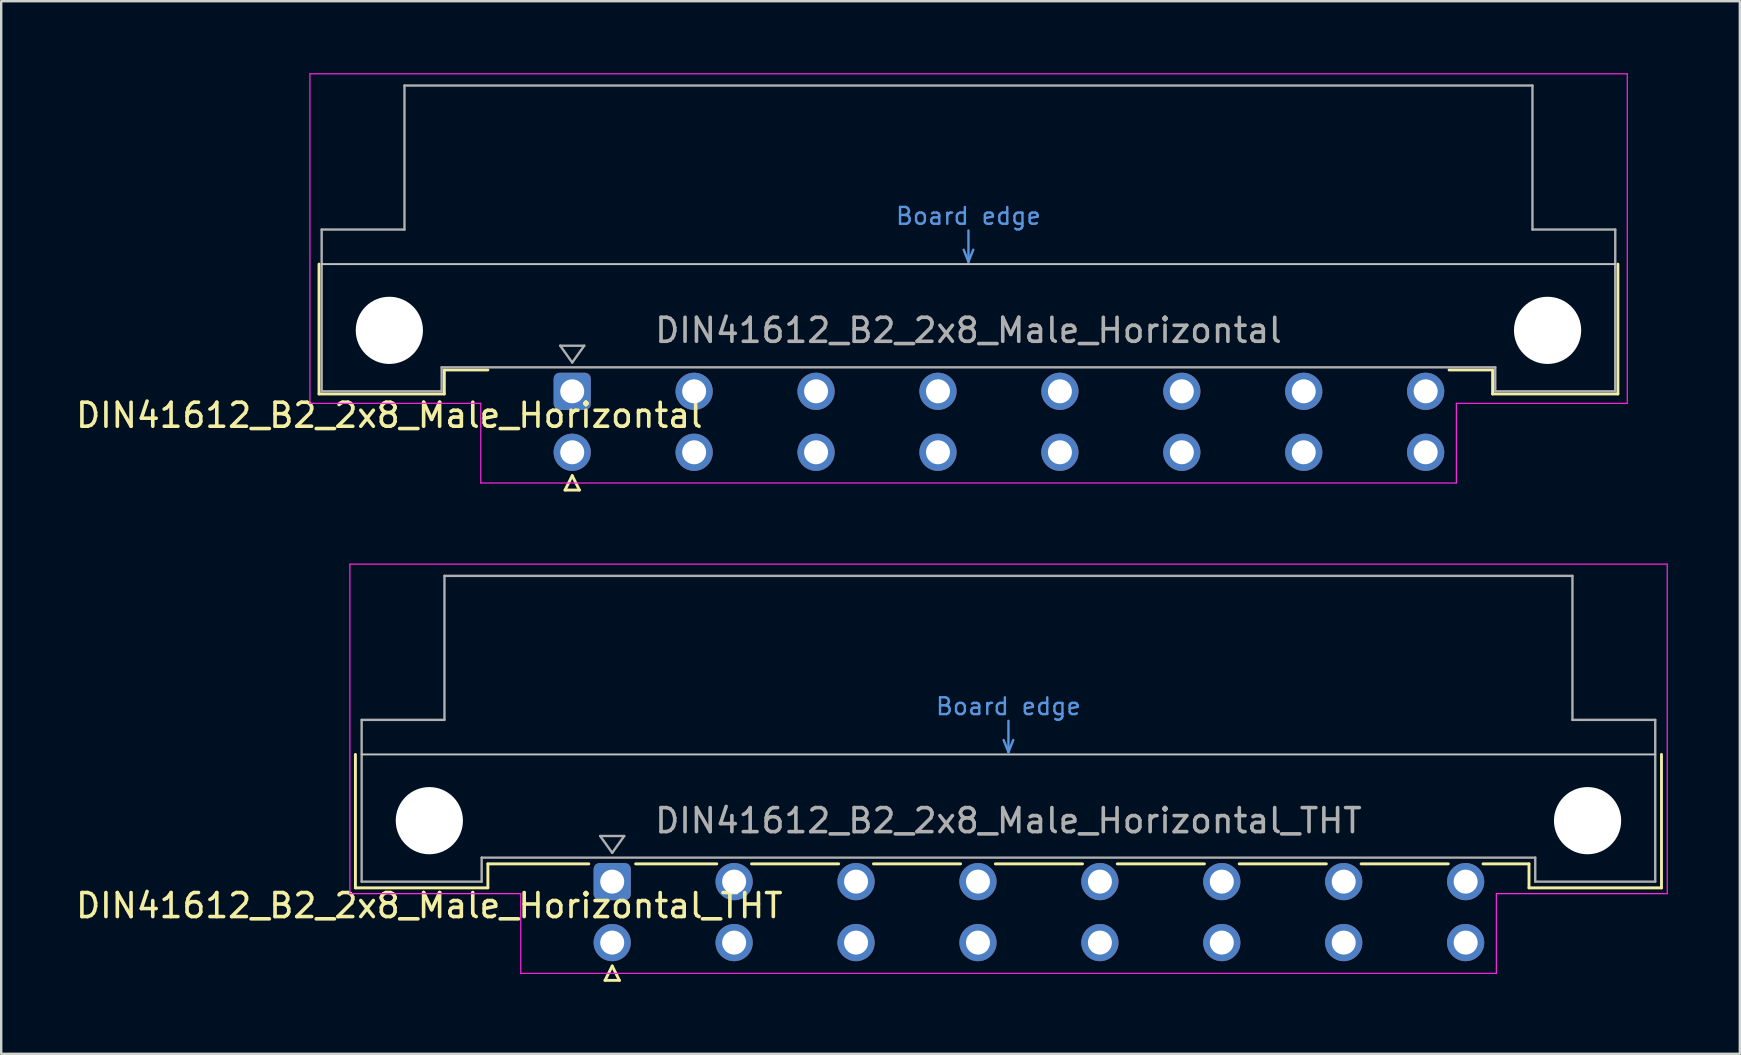
<source format=kicad_pcb>
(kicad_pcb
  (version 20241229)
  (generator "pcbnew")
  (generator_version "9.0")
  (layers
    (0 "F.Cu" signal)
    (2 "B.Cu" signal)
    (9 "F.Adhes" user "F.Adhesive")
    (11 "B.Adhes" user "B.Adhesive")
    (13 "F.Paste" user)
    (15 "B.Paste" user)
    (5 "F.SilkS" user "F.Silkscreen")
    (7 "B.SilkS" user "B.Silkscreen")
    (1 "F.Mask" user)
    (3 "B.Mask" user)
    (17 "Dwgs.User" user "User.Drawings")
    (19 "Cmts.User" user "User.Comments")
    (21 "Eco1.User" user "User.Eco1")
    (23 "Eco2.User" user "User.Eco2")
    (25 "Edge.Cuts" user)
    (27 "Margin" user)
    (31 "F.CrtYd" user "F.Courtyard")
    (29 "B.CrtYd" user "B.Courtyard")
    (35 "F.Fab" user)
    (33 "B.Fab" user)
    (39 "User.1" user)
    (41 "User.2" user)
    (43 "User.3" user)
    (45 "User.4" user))
  (footprint "DIN41612_B2_2x8_Male_Horizontal_THT"
    (layer "F.Cu")
    (at 19.919 33.685)
    (property "Reference" "DIN41612_B2_2x8_Male_Horizontal_THT" (at -5.08 1 0) (layer "F.SilkS") (effects (font (size 1 1) (thickness 0.15))))
    (attr through_hole)
    (fp_line (start -8.16 -5.3) (end -8.16 0.26) (stroke (width 0.12) (type solid)) (layer "F.SilkS"))
    (fp_line (start -8.16 0.26) (end -2.64 0.26) (stroke (width 0.12) (type solid)) (layer "F.SilkS"))
    (fp_line (start -2.64 -0.74) (end 1.565 -0.74) (stroke (width 0.12) (type solid)) (layer "F.SilkS"))
    (fp_line (start -2.64 0.26) (end -2.64 -0.74) (stroke (width 0.12) (type solid)) (layer "F.SilkS"))
    (fp_line (start 2.24 4.115) (end 2.84 4.115) (stroke (width 0.12) (type solid)) (layer "F.SilkS"))
    (fp_line (start 2.54 3.515) (end 2.24 4.115) (stroke (width 0.12) (type solid)) (layer "F.SilkS"))
    (fp_line (start 2.84 4.115) (end 2.54 3.515) (stroke (width 0.12) (type solid)) (layer "F.SilkS"))
    (fp_line (start 3.515 -0.74) (end 6.897 -0.74) (stroke (width 0.12) (type solid)) (layer "F.SilkS"))
    (fp_line (start 8.344 -0.74) (end 11.977 -0.74) (stroke (width 0.12) (type solid)) (layer "F.SilkS"))
    (fp_line (start 13.424 -0.74) (end 17.057 -0.74) (stroke (width 0.12) (type solid)) (layer "F.SilkS"))
    (fp_line (start 18.504 -0.74) (end 22.137 -0.74) (stroke (width 0.12) (type solid)) (layer "F.SilkS"))
    (fp_line (start 23.584 -0.74) (end 27.217 -0.74) (stroke (width 0.12) (type solid)) (layer "F.SilkS"))
    (fp_line (start 28.664 -0.74) (end 32.297 -0.74) (stroke (width 0.12) (type solid)) (layer "F.SilkS"))
    (fp_line (start 33.744 -0.74) (end 37.377 -0.74) (stroke (width 0.12) (type solid)) (layer "F.SilkS"))
    (fp_line (start 38.824 -0.74) (end 40.74 -0.74) (stroke (width 0.12) (type solid)) (layer "F.SilkS"))
    (fp_line (start 40.74 0.26) (end 40.74 -0.74) (stroke (width 0.12) (type solid)) (layer "F.SilkS"))
    (fp_line (start 46.26 -5.3) (end 46.26 0.26) (stroke (width 0.12) (type solid)) (layer "F.SilkS"))
    (fp_line (start 46.26 0.26) (end 40.74 0.26) (stroke (width 0.12) (type solid)) (layer "F.SilkS"))
    (fp_line (start -7.9 -5.3) (end 46 -5.3) (stroke (width 0.08) (type solid)) (layer "Dwgs.User"))
    (fp_line (start 18.85 -5.9) (end 19.05 -5.4) (stroke (width 0.1) (type solid)) (layer "Cmts.User"))
    (fp_line (start 19.05 -5.4) (end 19.05 -6.7) (stroke (width 0.1) (type solid)) (layer "Cmts.User"))
    (fp_line (start 19.05 -5.4) (end 19.25 -5.9) (stroke (width 0.1) (type solid)) (layer "Cmts.User"))
    (fp_line (start -8.39 -13.23) (end -8.39 0.5) (stroke (width 0.05) (type solid)) (layer "F.CrtYd"))
    (fp_line (start -8.39 0.5) (end -1.27 0.5) (stroke (width 0.05) (type solid)) (layer "F.CrtYd"))
    (fp_line (start -1.27 0.5) (end -1.27 3.82) (stroke (width 0.05) (type solid)) (layer "F.CrtYd"))
    (fp_line (start -1.27 3.82) (end 39.38 3.82) (stroke (width 0.05) (type solid)) (layer "F.CrtYd"))
    (fp_line (start 39.38 0.5) (end 46.5 0.5) (stroke (width 0.05) (type solid)) (layer "F.CrtYd"))
    (fp_line (start 39.38 3.82) (end 39.38 0.5) (stroke (width 0.05) (type solid)) (layer "F.CrtYd"))
    (fp_line (start 46.5 -13.23) (end -8.39 -13.23) (stroke (width 0.05) (type solid)) (layer "F.CrtYd"))
    (fp_line (start 46.5 0.5) (end 46.5 -13.23) (stroke (width 0.05) (type solid)) (layer "F.CrtYd"))
    (fp_line (start -7.9 -6.74) (end -7.9 0) (stroke (width 0.1) (type solid)) (layer "F.Fab"))
    (fp_line (start -7.9 0) (end -2.9 0) (stroke (width 0.1) (type solid)) (layer "F.Fab"))
    (fp_line (start -4.45 -12.74) (end -4.45 -6.74) (stroke (width 0.1) (type solid)) (layer "F.Fab"))
    (fp_line (start -4.45 -6.74) (end -7.9 -6.74) (stroke (width 0.1) (type solid)) (layer "F.Fab"))
    (fp_line (start -2.9 -1) (end 41 -1) (stroke (width 0.1) (type solid)) (layer "F.Fab"))
    (fp_line (start -2.9 0) (end -2.9 -1) (stroke (width 0.1) (type solid)) (layer "F.Fab"))
    (fp_line (start 2.04 -1.9) (end 3.04 -1.9) (stroke (width 0.1) (type solid)) (layer "F.Fab"))
    (fp_line (start 2.54 -1.2) (end 2.04 -1.9) (stroke (width 0.1) (type solid)) (layer "F.Fab"))
    (fp_line (start 3.04 -1.9) (end 2.54 -1.2) (stroke (width 0.1) (type solid)) (layer "F.Fab"))
    (fp_line (start 41 -1) (end 41 0) (stroke (width 0.1) (type solid)) (layer "F.Fab"))
    (fp_line (start 41 0) (end 46 0) (stroke (width 0.1) (type solid)) (layer "F.Fab"))
    (fp_line (start 42.55 -12.74) (end -4.45 -12.74) (stroke (width 0.1) (type solid)) (layer "F.Fab"))
    (fp_line (start 42.55 -6.74) (end 42.55 -12.74) (stroke (width 0.1) (type solid)) (layer "F.Fab"))
    (fp_line (start 46 -6.74) (end 42.55 -6.74) (stroke (width 0.1) (type solid)) (layer "F.Fab"))
    (fp_line (start 46 0) (end 46 -6.74) (stroke (width 0.1) (type solid)) (layer "F.Fab"))
    (fp_text user "Board edge" (at 19.05 -7.3 0) (layer "Cmts.User") (effects (font (size 0.7 0.7) (thickness 0.1))))
    (fp_text user "${REFERENCE}" (at 19.05 -2.54 0) (layer "F.Fab") (effects (font (size 1 1) (thickness 0.15))))
    (pad "" np_thru_hole circle (at -5.08 -2.54) (size 2.8 2.8) (drill 2.8) (layers "*.Cu" "*.Mask"))
    (pad "" np_thru_hole circle (at 43.18 -2.54) (size 2.8 2.8) (drill 2.8) (layers "*.Cu" "*.Mask"))
    (pad "a2" thru_hole roundrect (at 2.54 0) (size 1.55 1.55) (drill 1) (layers "*.Cu" "*.Mask") (roundrect_rratio 0.161))
    (pad "a4" thru_hole circle (at 7.62 0) (size 1.55 1.55) (drill 1) (layers "*.Cu" "*.Mask"))
    (pad "a6" thru_hole circle (at 12.7 0) (size 1.55 1.55) (drill 1) (layers "*.Cu" "*.Mask"))
    (pad "a8" thru_hole circle (at 17.78 0) (size 1.55 1.55) (drill 1) (layers "*.Cu" "*.Mask"))
    (pad "a10" thru_hole circle (at 22.86 0) (size 1.55 1.55) (drill 1) (layers "*.Cu" "*.Mask"))
    (pad "a12" thru_hole circle (at 27.94 0) (size 1.55 1.55) (drill 1) (layers "*.Cu" "*.Mask"))
    (pad "a14" thru_hole circle (at 33.02 0) (size 1.55 1.55) (drill 1) (layers "*.Cu" "*.Mask"))
    (pad "a16" thru_hole circle (at 38.1 0) (size 1.55 1.55) (drill 1) (layers "*.Cu" "*.Mask"))
    (pad "b2" thru_hole circle (at 2.54 2.54) (size 1.55 1.55) (drill 1) (layers "*.Cu" "*.Mask"))
    (pad "b4" thru_hole circle (at 7.62 2.54) (size 1.55 1.55) (drill 1) (layers "*.Cu" "*.Mask"))
    (pad "b6" thru_hole circle (at 12.7 2.54) (size 1.55 1.55) (drill 1) (layers "*.Cu" "*.Mask"))
    (pad "b8" thru_hole circle (at 17.78 2.54) (size 1.55 1.55) (drill 1) (layers "*.Cu" "*.Mask"))
    (pad "b10" thru_hole circle (at 22.86 2.54) (size 1.55 1.55) (drill 1) (layers "*.Cu" "*.Mask"))
    (pad "b12" thru_hole circle (at 27.94 2.54) (size 1.55 1.55) (drill 1) (layers "*.Cu" "*.Mask"))
    (pad "b14" thru_hole circle (at 33.02 2.54) (size 1.55 1.55) (drill 1) (layers "*.Cu" "*.Mask"))
    (pad "b16" thru_hole circle (at 38.1 2.54) (size 1.55 1.55) (drill 1) (layers "*.Cu" "*.Mask")))
  (footprint "DIN41612_B2_2x8_Male_Horizontal"
    (layer "F.Cu")
    (at 18.253 13.255)
    (property "Reference" "DIN41612_B2_2x8_Male_Horizontal" (at -5.08 1 0) (layer "F.SilkS") (effects (font (size 1 1) (thickness 0.15))))
    (attr through_hole)
    (fp_line (start -8.01 -5.3) (end -8.01 0.11) (stroke (width 0.12) (type solid)) (layer "F.SilkS"))
    (fp_line (start -8.01 0.11) (end -2.79 0.11) (stroke (width 0.12) (type solid)) (layer "F.SilkS"))
    (fp_line (start -2.79 -0.89) (end -0.975 -0.89) (stroke (width 0.12) (type solid)) (layer "F.SilkS"))
    (fp_line (start -2.79 0.11) (end -2.79 -0.89) (stroke (width 0.12) (type solid)) (layer "F.SilkS"))
    (fp_line (start 2.24 4.115) (end 2.84 4.115) (stroke (width 0.12) (type solid)) (layer "F.SilkS"))
    (fp_line (start 2.54 3.515) (end 2.24 4.115) (stroke (width 0.12) (type solid)) (layer "F.SilkS"))
    (fp_line (start 2.84 4.115) (end 2.54 3.515) (stroke (width 0.12) (type solid)) (layer "F.SilkS"))
    (fp_line (start 40.89 -0.89) (end 39.075 -0.89) (stroke (width 0.12) (type solid)) (layer "F.SilkS"))
    (fp_line (start 40.89 0.11) (end 40.89 -0.89) (stroke (width 0.12) (type solid)) (layer "F.SilkS"))
    (fp_line (start 46.11 -5.3) (end 46.11 0.11) (stroke (width 0.12) (type solid)) (layer "F.SilkS"))
    (fp_line (start 46.11 0.11) (end 40.89 0.11) (stroke (width 0.12) (type solid)) (layer "F.SilkS"))
    (fp_line (start -7.9 -5.3) (end 46 -5.3) (stroke (width 0.08) (type solid)) (layer "Dwgs.User"))
    (fp_line (start 18.85 -5.9) (end 19.05 -5.4) (stroke (width 0.1) (type solid)) (layer "Cmts.User"))
    (fp_line (start 19.05 -5.4) (end 19.05 -6.7) (stroke (width 0.1) (type solid)) (layer "Cmts.User"))
    (fp_line (start 19.05 -5.4) (end 19.25 -5.9) (stroke (width 0.1) (type solid)) (layer "Cmts.User"))
    (fp_line (start -8.39 -13.23) (end -8.39 0.5) (stroke (width 0.05) (type solid)) (layer "F.CrtYd"))
    (fp_line (start -8.39 0.5) (end -1.27 0.5) (stroke (width 0.05) (type solid)) (layer "F.CrtYd"))
    (fp_line (start -1.27 0.5) (end -1.27 3.82) (stroke (width 0.05) (type solid)) (layer "F.CrtYd"))
    (fp_line (start -1.27 3.82) (end 39.38 3.82) (stroke (width 0.05) (type solid)) (layer "F.CrtYd"))
    (fp_line (start 39.38 0.5) (end 46.5 0.5) (stroke (width 0.05) (type solid)) (layer "F.CrtYd"))
    (fp_line (start 39.38 3.82) (end 39.38 0.5) (stroke (width 0.05) (type solid)) (layer "F.CrtYd"))
    (fp_line (start 46.5 -13.23) (end -8.39 -13.23) (stroke (width 0.05) (type solid)) (layer "F.CrtYd"))
    (fp_line (start 46.5 0.5) (end 46.5 -13.23) (stroke (width 0.05) (type solid)) (layer "F.CrtYd"))
    (fp_line (start -7.9 -6.74) (end -7.9 0) (stroke (width 0.1) (type solid)) (layer "F.Fab"))
    (fp_line (start -7.9 0) (end -2.9 0) (stroke (width 0.1) (type solid)) (layer "F.Fab"))
    (fp_line (start -4.45 -12.74) (end -4.45 -6.74) (stroke (width 0.1) (type solid)) (layer "F.Fab"))
    (fp_line (start -4.45 -6.74) (end -7.9 -6.74) (stroke (width 0.1) (type solid)) (layer "F.Fab"))
    (fp_line (start -2.9 -1) (end 41 -1) (stroke (width 0.1) (type solid)) (layer "F.Fab"))
    (fp_line (start -2.9 0) (end -2.9 -1) (stroke (width 0.1) (type solid)) (layer "F.Fab"))
    (fp_line (start 2.04 -1.9) (end 3.04 -1.9) (stroke (width 0.1) (type solid)) (layer "F.Fab"))
    (fp_line (start 2.54 -1.2) (end 2.04 -1.9) (stroke (width 0.1) (type solid)) (layer "F.Fab"))
    (fp_line (start 3.04 -1.9) (end 2.54 -1.2) (stroke (width 0.1) (type solid)) (layer "F.Fab"))
    (fp_line (start 41 -1) (end 41 0) (stroke (width 0.1) (type solid)) (layer "F.Fab"))
    (fp_line (start 41 0) (end 46 0) (stroke (width 0.1) (type solid)) (layer "F.Fab"))
    (fp_line (start 42.55 -12.74) (end -4.45 -12.74) (stroke (width 0.1) (type solid)) (layer "F.Fab"))
    (fp_line (start 42.55 -6.74) (end 42.55 -12.74) (stroke (width 0.1) (type solid)) (layer "F.Fab"))
    (fp_line (start 46 -6.74) (end 42.55 -6.74) (stroke (width 0.1) (type solid)) (layer "F.Fab"))
    (fp_line (start 46 0) (end 46 -6.74) (stroke (width 0.1) (type solid)) (layer "F.Fab"))
    (fp_text user "Board edge" (at 19.05 -7.3 0) (layer "Cmts.User") (effects (font (size 0.7 0.7) (thickness 0.1))))
    (fp_text user "${REFERENCE}" (at 19.05 -2.54 0) (layer "F.Fab") (effects (font (size 1 1) (thickness 0.15))))
    (pad "" np_thru_hole circle (at -5.08 -2.54) (size 2.8 2.8) (drill 2.8) (layers "*.Cu" "*.Mask"))
    (pad "" np_thru_hole circle (at 43.18 -2.54) (size 2.8 2.8) (drill 2.8) (layers "*.Cu" "*.Mask"))
    (pad "a2" thru_hole roundrect (at 2.54 0) (size 1.55 1.55) (drill 1) (layers "*.Cu" "*.Mask") (roundrect_rratio 0.161))
    (pad "a4" thru_hole circle (at 7.62 0) (size 1.55 1.55) (drill 1) (layers "*.Cu" "*.Mask"))
    (pad "a6" thru_hole circle (at 12.7 0) (size 1.55 1.55) (drill 1) (layers "*.Cu" "*.Mask"))
    (pad "a8" thru_hole circle (at 17.78 0) (size 1.55 1.55) (drill 1) (layers "*.Cu" "*.Mask"))
    (pad "a10" thru_hole circle (at 22.86 0) (size 1.55 1.55) (drill 1) (layers "*.Cu" "*.Mask"))
    (pad "a12" thru_hole circle (at 27.94 0) (size 1.55 1.55) (drill 1) (layers "*.Cu" "*.Mask"))
    (pad "a14" thru_hole circle (at 33.02 0) (size 1.55 1.55) (drill 1) (layers "*.Cu" "*.Mask"))
    (pad "a16" thru_hole circle (at 38.1 0) (size 1.55 1.55) (drill 1) (layers "*.Cu" "*.Mask"))
    (pad "b2" thru_hole circle (at 2.54 2.54) (size 1.55 1.55) (drill 1) (layers "*.Cu" "*.Mask"))
    (pad "b4" thru_hole circle (at 7.62 2.54) (size 1.55 1.55) (drill 1) (layers "*.Cu" "*.Mask"))
    (pad "b6" thru_hole circle (at 12.7 2.54) (size 1.55 1.55) (drill 1) (layers "*.Cu" "*.Mask"))
    (pad "b8" thru_hole circle (at 17.78 2.54) (size 1.55 1.55) (drill 1) (layers "*.Cu" "*.Mask"))
    (pad "b10" thru_hole circle (at 22.86 2.54) (size 1.55 1.55) (drill 1) (layers "*.Cu" "*.Mask"))
    (pad "b12" thru_hole circle (at 27.94 2.54) (size 1.55 1.55) (drill 1) (layers "*.Cu" "*.Mask"))
    (pad "b14" thru_hole circle (at 33.02 2.54) (size 1.55 1.55) (drill 1) (layers "*.Cu" "*.Mask"))
    (pad "b16" thru_hole circle (at 38.1 2.54) (size 1.55 1.55) (drill 1) (layers "*.Cu" "*.Mask")))
  (gr_rect
    (start -3 -3)
    (end 69.444 40.86)
    (stroke (width 0.1) (type default))
    (fill no)
    (layer "Edge.Cuts")))
</source>
